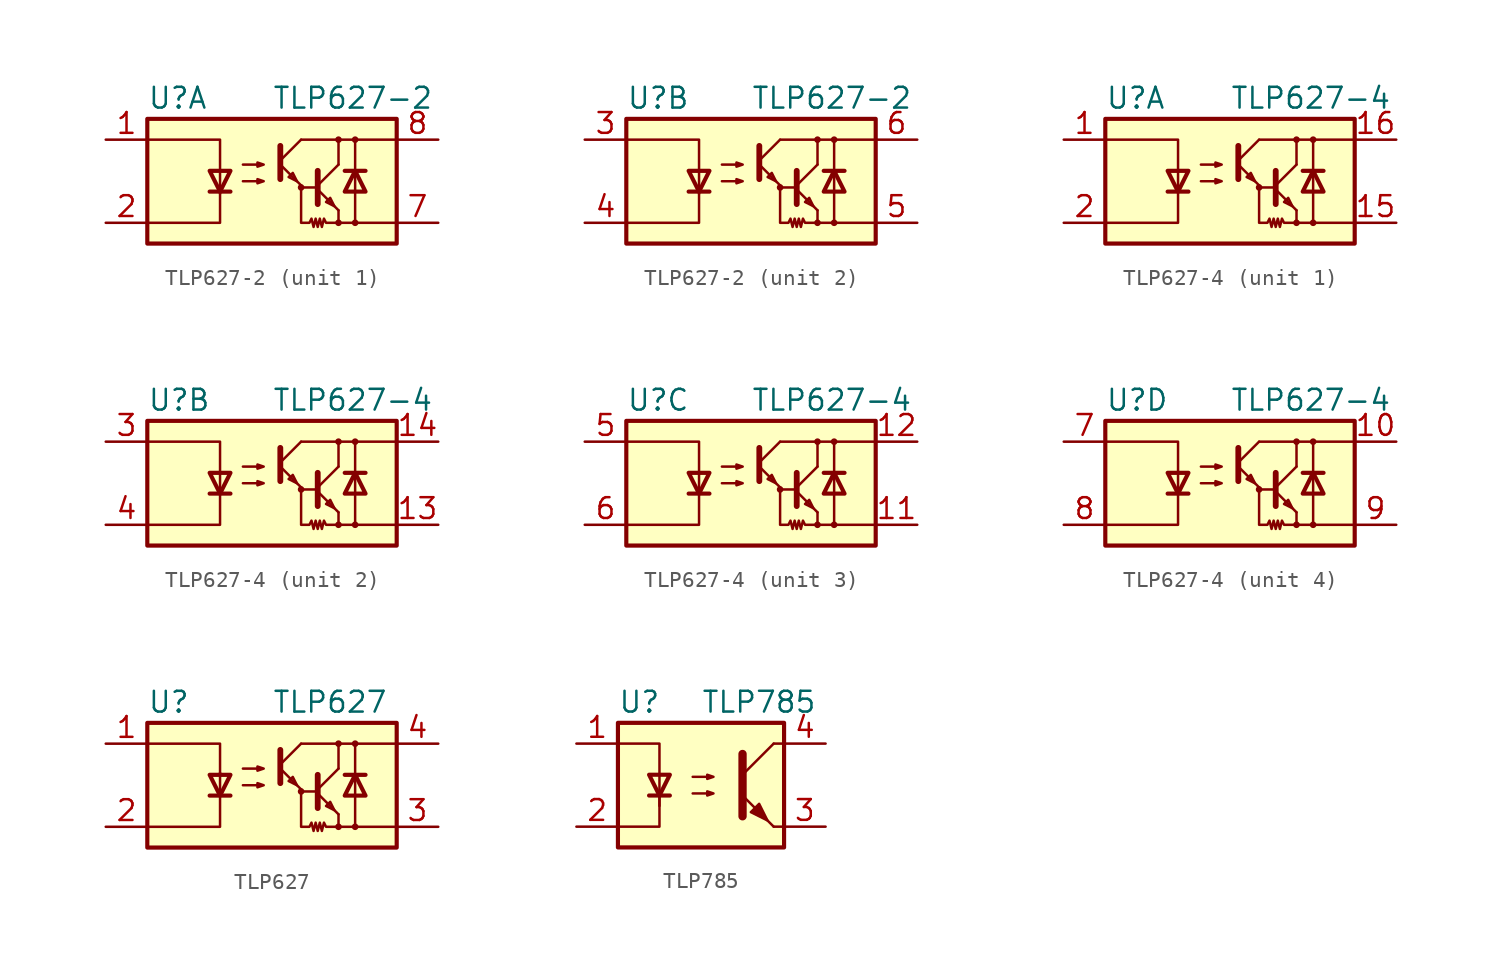
<source format=kicad_sym>
(kicad_symbol_lib
  (version 20201005)
  (generator kicad_symbol_editor)
  (symbol "TLP627-2"
    (pin_names
      (offset 1.016))
    (property "Reference" "U"
      (at -7.62 5.08 0)
      (effects (font (size 1.27 1.27)) (justify left)))
    (property "Value" "TLP627-2"
      (at 0 5.08 0)
      (effects (font (size 1.27 1.27)) (justify left)))
    (symbol "TLP627-2_0_1"
      (circle (center 1.778 -0.381) (radius 0.127) (stroke (width 0)) (fill (type none)))
      (circle (center 4.064 -2.54) (radius 0.127) (stroke (width 0)) (fill (type none)))
      (circle (center 4.064 2.54) (radius 0.127) (stroke (width 0)) (fill (type none)))
      (circle (center 5.08 -2.54) (radius 0.127) (stroke (width 0)) (fill (type none)))
      (circle (center 5.08 2.54) (radius 0.127) (stroke (width 0)) (fill (type none)))
      (rectangle (start -7.62 3.81) (end 7.62 -3.81) (stroke (width 0.254)) (fill (type background)))
      (polyline (pts (xy -3.81 -0.635) (xy -2.54 -0.635)) (stroke (width 0.254)) (fill (type none)))
      (polyline (pts (xy 0.508 1.016) (xy 1.778 -0.254)) (stroke (width 0)) (fill (type none)))
      (polyline (pts (xy 0.508 1.27) (xy 1.778 2.54)) (stroke (width 0)) (fill (type none)))
      (polyline (pts (xy 0.508 2.159) (xy 0.508 0.127)) (stroke (width 0.356)) (fill (type none)))
      (polyline (pts (xy 1.778 2.54) (xy 7.62 2.54)) (stroke (width 0)) (fill (type none)))
      (polyline (pts (xy 2.794 -0.508) (xy 4.064 -1.778)) (stroke (width 0)) (fill (type none)))
      (polyline (pts (xy 2.794 -0.381) (xy 1.778 -0.381)) (stroke (width 0)) (fill (type none)))
      (polyline (pts (xy 2.794 -0.254) (xy 4.064 1.016)) (stroke (width 0)) (fill (type none)))
      (polyline (pts (xy 4.064 -2.54) (xy 7.62 -2.54)) (stroke (width 0)) (fill (type none)))
      (polyline (pts (xy 4.064 -1.778) (xy 4.064 -2.54)) (stroke (width 0)) (fill (type none)))
      (polyline (pts (xy 4.064 1.016) (xy 4.064 2.54)) (stroke (width 0)) (fill (type none)))
      (polyline (pts (xy 4.445 0.635) (xy 5.715 0.635)) (stroke (width 0.254)) (fill (type none)))
      (polyline (pts (xy 5.08 0.635) (xy 5.08 -2.54)) (stroke (width 0)) (fill (type none)))
      (polyline (pts (xy 5.08 0.635) (xy 5.08 2.54)) (stroke (width 0)) (fill (type none)))
      (polyline (pts (xy -7.62 2.54) (xy -3.175 2.54) (xy -3.175 -0.762)) (stroke (width 0)) (fill (type none)))
      (polyline (pts (xy -3.175 -0.635) (xy -3.175 -2.54) (xy -7.62 -2.54)) (stroke (width 0)) (fill (type none)))
      (polyline (pts (xy 2.794 0.635) (xy 2.794 -1.397) (xy 2.794 -1.397)) (stroke (width 0.356)) (fill (type none)))
      (polyline (pts (xy -3.175 -0.635) (xy -3.81 0.635) (xy -2.54 0.635) (xy -3.175 -0.635)) (stroke (width 0.254)) (fill (type none)))
      (polyline (pts (xy 1.524 0) (xy 1.27 0.508) (xy 1.016 0.254) (xy 1.524 0)) (stroke (width 0)) (fill (type none)))
      (polyline (pts (xy 3.81 -1.524) (xy 3.556 -1.016) (xy 3.302 -1.27) (xy 3.81 -1.524)) (stroke (width 0)) (fill (type none)))
      (polyline (pts (xy 5.08 0.635) (xy 4.445 -0.635) (xy 5.715 -0.635) (xy 5.08 0.635)) (stroke (width 0.254)) (fill (type none)))
      (polyline (pts (xy -1.778 0) (xy -0.508 0) (xy -0.889 -0.127) (xy -0.889 0.127) (xy -0.508 0)) (stroke (width 0)) (fill (type none)))
      (polyline (pts (xy -1.778 1.016) (xy -0.508 1.016) (xy -0.889 0.889) (xy -0.889 1.143) (xy -0.508 1.016)) (stroke (width 0)) (fill (type none)))
      (polyline (pts (xy 1.778 -0.254) (xy 1.778 -2.54) (xy 2.286 -2.54) (xy 2.413 -2.286) (xy 2.54 -2.794) (xy 2.667 -2.286) (xy 2.794 -2.794) (xy 2.921 -2.286) (xy 3.048 -2.794) (xy 3.175 -2.286) (xy 3.302 -2.54) (xy 4.064 -2.54)) (stroke (width 0)) (fill (type none))))
    (symbol "TLP627-2_1_1"
      (pin passive line (at -10.16 2.54 0) (length 2.54) (name "~" (effects (font (size 1.27 1.27)))) (number "1" (effects (font (size 1.27 1.27)))))
      (pin passive line (at -10.16 -2.54 0) (length 2.54) (name "~" (effects (font (size 1.27 1.27)))) (number "2" (effects (font (size 1.27 1.27)))))
      (pin passive line (at 10.16 -2.54 180) (length 2.54) (name "~" (effects (font (size 1.27 1.27)))) (number "7" (effects (font (size 1.27 1.27)))))
      (pin passive line (at 10.16 2.54 180) (length 2.54) (name "~" (effects (font (size 1.27 1.27)))) (number "8" (effects (font (size 1.27 1.27))))))
    (symbol "TLP627-2_2_1"
      (pin passive line (at -10.16 2.54 0) (length 2.54) (name "~" (effects (font (size 1.27 1.27)))) (number "3" (effects (font (size 1.27 1.27)))))
      (pin passive line (at -10.16 -2.54 0) (length 2.54) (name "~" (effects (font (size 1.27 1.27)))) (number "4" (effects (font (size 1.27 1.27)))))
      (pin passive line (at 10.16 -2.54 180) (length 2.54) (name "~" (effects (font (size 1.27 1.27)))) (number "5" (effects (font (size 1.27 1.27)))))
      (pin passive line (at 10.16 2.54 180) (length 2.54) (name "~" (effects (font (size 1.27 1.27)))) (number "6" (effects (font (size 1.27 1.27)))))))
  (symbol "TLP627-4"
    (pin_names
      (offset 1.016))
    (property "Reference" "U"
      (at -7.62 5.08 0)
      (effects (font (size 1.27 1.27)) (justify left)))
    (property "Value" "TLP627-4"
      (at 0 5.08 0)
      (effects (font (size 1.27 1.27)) (justify left)))
    (symbol "TLP627-4_0_1"
      (circle (center 1.778 -0.381) (radius 0.127) (stroke (width 0)) (fill (type none)))
      (circle (center 4.064 -2.54) (radius 0.127) (stroke (width 0)) (fill (type none)))
      (circle (center 4.064 2.54) (radius 0.127) (stroke (width 0)) (fill (type none)))
      (circle (center 5.08 -2.54) (radius 0.127) (stroke (width 0)) (fill (type none)))
      (circle (center 5.08 2.54) (radius 0.127) (stroke (width 0)) (fill (type none)))
      (rectangle (start -7.62 3.81) (end 7.62 -3.81) (stroke (width 0.254)) (fill (type background)))
      (polyline (pts (xy -3.81 -0.635) (xy -2.54 -0.635)) (stroke (width 0.254)) (fill (type none)))
      (polyline (pts (xy 0.508 1.016) (xy 1.778 -0.254)) (stroke (width 0)) (fill (type none)))
      (polyline (pts (xy 0.508 1.27) (xy 1.778 2.54)) (stroke (width 0)) (fill (type none)))
      (polyline (pts (xy 0.508 2.159) (xy 0.508 0.127)) (stroke (width 0.356)) (fill (type none)))
      (polyline (pts (xy 1.778 2.54) (xy 7.62 2.54)) (stroke (width 0)) (fill (type none)))
      (polyline (pts (xy 2.794 -0.508) (xy 4.064 -1.778)) (stroke (width 0)) (fill (type none)))
      (polyline (pts (xy 2.794 -0.381) (xy 1.778 -0.381)) (stroke (width 0)) (fill (type none)))
      (polyline (pts (xy 2.794 -0.254) (xy 4.064 1.016)) (stroke (width 0)) (fill (type none)))
      (polyline (pts (xy 4.064 -2.54) (xy 7.62 -2.54)) (stroke (width 0)) (fill (type none)))
      (polyline (pts (xy 4.064 -1.778) (xy 4.064 -2.54)) (stroke (width 0)) (fill (type none)))
      (polyline (pts (xy 4.064 1.016) (xy 4.064 2.54)) (stroke (width 0)) (fill (type none)))
      (polyline (pts (xy 4.445 0.635) (xy 5.715 0.635)) (stroke (width 0.254)) (fill (type none)))
      (polyline (pts (xy 5.08 0.635) (xy 5.08 -2.54)) (stroke (width 0)) (fill (type none)))
      (polyline (pts (xy 5.08 0.635) (xy 5.08 2.54)) (stroke (width 0)) (fill (type none)))
      (polyline (pts (xy -7.62 2.54) (xy -3.175 2.54) (xy -3.175 -0.635)) (stroke (width 0)) (fill (type none)))
      (polyline (pts (xy -3.175 -0.635) (xy -3.175 -2.54) (xy -7.62 -2.54)) (stroke (width 0)) (fill (type none)))
      (polyline (pts (xy 2.794 0.635) (xy 2.794 -1.397) (xy 2.794 -1.397)) (stroke (width 0.356)) (fill (type none)))
      (polyline (pts (xy -3.175 -0.635) (xy -3.81 0.635) (xy -2.54 0.635) (xy -3.175 -0.635)) (stroke (width 0.254)) (fill (type none)))
      (polyline (pts (xy 1.524 0) (xy 1.27 0.508) (xy 1.016 0.254) (xy 1.524 0)) (stroke (width 0)) (fill (type none)))
      (polyline (pts (xy 3.81 -1.524) (xy 3.556 -1.016) (xy 3.302 -1.27) (xy 3.81 -1.524)) (stroke (width 0)) (fill (type none)))
      (polyline (pts (xy 5.08 0.635) (xy 4.445 -0.635) (xy 5.715 -0.635) (xy 5.08 0.635)) (stroke (width 0.254)) (fill (type none)))
      (polyline (pts (xy -1.778 0) (xy -0.508 0) (xy -0.889 -0.127) (xy -0.889 0.127) (xy -0.508 0)) (stroke (width 0)) (fill (type none)))
      (polyline (pts (xy -1.778 1.016) (xy -0.508 1.016) (xy -0.889 0.889) (xy -0.889 1.143) (xy -0.508 1.016)) (stroke (width 0)) (fill (type none)))
      (polyline (pts (xy 1.778 -0.254) (xy 1.778 -2.54) (xy 2.286 -2.54) (xy 2.413 -2.286) (xy 2.54 -2.794) (xy 2.667 -2.286) (xy 2.794 -2.794) (xy 2.921 -2.286) (xy 3.048 -2.794) (xy 3.175 -2.286) (xy 3.302 -2.54) (xy 4.064 -2.54)) (stroke (width 0)) (fill (type none))))
    (symbol "TLP627-4_1_1"
      (pin passive line (at -10.16 2.54 0) (length 2.54) (name "~" (effects (font (size 1.27 1.27)))) (number "1" (effects (font (size 1.27 1.27)))))
      (pin passive line (at 10.16 -2.54 180) (length 2.54) (name "~" (effects (font (size 1.27 1.27)))) (number "15" (effects (font (size 1.27 1.27)))))
      (pin passive line (at 10.16 2.54 180) (length 2.54) (name "~" (effects (font (size 1.27 1.27)))) (number "16" (effects (font (size 1.27 1.27)))))
      (pin passive line (at -10.16 -2.54 0) (length 2.54) (name "~" (effects (font (size 1.27 1.27)))) (number "2" (effects (font (size 1.27 1.27))))))
    (symbol "TLP627-4_2_1"
      (pin passive line (at 10.16 -2.54 180) (length 2.54) (name "~" (effects (font (size 1.27 1.27)))) (number "13" (effects (font (size 1.27 1.27)))))
      (pin passive line (at 10.16 2.54 180) (length 2.54) (name "~" (effects (font (size 1.27 1.27)))) (number "14" (effects (font (size 1.27 1.27)))))
      (pin passive line (at -10.16 2.54 0) (length 2.54) (name "~" (effects (font (size 1.27 1.27)))) (number "3" (effects (font (size 1.27 1.27)))))
      (pin passive line (at -10.16 -2.54 0) (length 2.54) (name "~" (effects (font (size 1.27 1.27)))) (number "4" (effects (font (size 1.27 1.27))))))
    (symbol "TLP627-4_3_1"
      (pin passive line (at 10.16 -2.54 180) (length 2.54) (name "~" (effects (font (size 1.27 1.27)))) (number "11" (effects (font (size 1.27 1.27)))))
      (pin passive line (at 10.16 2.54 180) (length 2.54) (name "~" (effects (font (size 1.27 1.27)))) (number "12" (effects (font (size 1.27 1.27)))))
      (pin passive line (at -10.16 2.54 0) (length 2.54) (name "~" (effects (font (size 1.27 1.27)))) (number "5" (effects (font (size 1.27 1.27)))))
      (pin passive line (at -10.16 -2.54 0) (length 2.54) (name "~" (effects (font (size 1.27 1.27)))) (number "6" (effects (font (size 1.27 1.27))))))
    (symbol "TLP627-4_4_1"
      (pin passive line (at 10.16 2.54 180) (length 2.54) (name "~" (effects (font (size 1.27 1.27)))) (number "10" (effects (font (size 1.27 1.27)))))
      (pin passive line (at -10.16 2.54 0) (length 2.54) (name "~" (effects (font (size 1.27 1.27)))) (number "7" (effects (font (size 1.27 1.27)))))
      (pin passive line (at -10.16 -2.54 0) (length 2.54) (name "~" (effects (font (size 1.27 1.27)))) (number "8" (effects (font (size 1.27 1.27)))))
      (pin passive line (at 10.16 -2.54 180) (length 2.54) (name "~" (effects (font (size 1.27 1.27)))) (number "9" (effects (font (size 1.27 1.27)))))))
  (symbol "TLP627"
    (pin_names
      (offset 1.016))
    (property "Reference" "U"
      (at -7.62 5.08 0)
      (effects (font (size 1.27 1.27)) (justify left)))
    (property "Value" "TLP627"
      (at 0 5.08 0)
      (effects (font (size 1.27 1.27)) (justify left)))
    (symbol "TLP627_0_1"
      (circle (center 1.778 -0.381) (radius 0.127) (stroke (width 0)) (fill (type none)))
      (circle (center 4.064 -2.54) (radius 0.127) (stroke (width 0)) (fill (type none)))
      (circle (center 4.064 2.54) (radius 0.127) (stroke (width 0)) (fill (type none)))
      (circle (center 5.08 -2.54) (radius 0.127) (stroke (width 0)) (fill (type none)))
      (circle (center 5.08 2.54) (radius 0.127) (stroke (width 0)) (fill (type none)))
      (rectangle (start -7.62 3.81) (end 7.62 -3.81) (stroke (width 0.254)) (fill (type background)))
      (polyline (pts (xy -3.81 -0.635) (xy -2.54 -0.635)) (stroke (width 0.254)) (fill (type none)))
      (polyline (pts (xy 0.508 1.016) (xy 1.778 -0.254)) (stroke (width 0)) (fill (type none)))
      (polyline (pts (xy 0.508 1.27) (xy 1.778 2.54)) (stroke (width 0)) (fill (type none)))
      (polyline (pts (xy 0.508 2.159) (xy 0.508 0.127)) (stroke (width 0.356)) (fill (type none)))
      (polyline (pts (xy 1.778 2.54) (xy 7.62 2.54)) (stroke (width 0)) (fill (type none)))
      (polyline (pts (xy 2.794 -0.508) (xy 4.064 -1.778)) (stroke (width 0)) (fill (type none)))
      (polyline (pts (xy 2.794 -0.381) (xy 1.778 -0.381)) (stroke (width 0)) (fill (type none)))
      (polyline (pts (xy 2.794 -0.254) (xy 4.064 1.016)) (stroke (width 0)) (fill (type none)))
      (polyline (pts (xy 4.064 -2.54) (xy 7.62 -2.54)) (stroke (width 0)) (fill (type none)))
      (polyline (pts (xy 4.064 -1.778) (xy 4.064 -2.54)) (stroke (width 0)) (fill (type none)))
      (polyline (pts (xy 4.064 1.016) (xy 4.064 2.54)) (stroke (width 0)) (fill (type none)))
      (polyline (pts (xy 4.445 0.635) (xy 5.715 0.635)) (stroke (width 0.254)) (fill (type none)))
      (polyline (pts (xy 5.08 -0.635) (xy 5.08 -2.54)) (stroke (width 0)) (fill (type none)))
      (polyline (pts (xy 5.08 -0.635) (xy 5.08 2.54)) (stroke (width 0)) (fill (type none)))
      (polyline (pts (xy -7.62 2.54) (xy -3.175 2.54) (xy -3.175 0.635)) (stroke (width 0)) (fill (type none)))
      (polyline (pts (xy -3.175 0.762) (xy -3.175 -2.54) (xy -7.62 -2.54)) (stroke (width 0)) (fill (type none)))
      (polyline (pts (xy 2.794 0.635) (xy 2.794 -1.397) (xy 2.794 -1.397)) (stroke (width 0.356)) (fill (type none)))
      (polyline (pts (xy -3.175 -0.635) (xy -3.81 0.635) (xy -2.54 0.635) (xy -3.175 -0.635)) (stroke (width 0.254)) (fill (type none)))
      (polyline (pts (xy 1.524 0) (xy 1.27 0.508) (xy 1.016 0.254) (xy 1.524 0)) (stroke (width 0)) (fill (type none)))
      (polyline (pts (xy 3.81 -1.524) (xy 3.556 -1.016) (xy 3.302 -1.27) (xy 3.81 -1.524)) (stroke (width 0)) (fill (type none)))
      (polyline (pts (xy 5.08 0.635) (xy 4.445 -0.635) (xy 5.715 -0.635) (xy 5.08 0.635)) (stroke (width 0.254)) (fill (type none)))
      (polyline (pts (xy -1.778 0) (xy -0.508 0) (xy -0.889 -0.127) (xy -0.889 0.127) (xy -0.508 0)) (stroke (width 0)) (fill (type none)))
      (polyline (pts (xy -1.778 1.016) (xy -0.508 1.016) (xy -0.889 0.889) (xy -0.889 1.143) (xy -0.508 1.016)) (stroke (width 0)) (fill (type none)))
      (polyline (pts (xy 1.778 -0.254) (xy 1.778 -2.54) (xy 2.286 -2.54) (xy 2.413 -2.286) (xy 2.54 -2.794) (xy 2.667 -2.286) (xy 2.794 -2.794) (xy 2.921 -2.286) (xy 3.048 -2.794) (xy 3.175 -2.286) (xy 3.302 -2.54) (xy 4.064 -2.54)) (stroke (width 0)) (fill (type none))))
    (symbol "TLP627_1_1"
      (pin passive line (at -10.16 2.54 0) (length 2.54) (name "~" (effects (font (size 1.27 1.27)))) (number "1" (effects (font (size 1.27 1.27)))))
      (pin passive line (at -10.16 -2.54 0) (length 2.54) (name "~" (effects (font (size 1.27 1.27)))) (number "2" (effects (font (size 1.27 1.27)))))
      (pin passive line (at 10.16 -2.54 180) (length 2.54) (name "~" (effects (font (size 1.27 1.27)))) (number "3" (effects (font (size 1.27 1.27)))))
      (pin passive line (at 10.16 2.54 180) (length 2.54) (name "~" (effects (font (size 1.27 1.27)))) (number "4" (effects (font (size 1.27 1.27)))))))
  (symbol "TLP785"
    (pin_names
      (offset 1.016))
    (property "Reference" "U"
      (at -5.08 5.08 0)
      (effects (font (size 1.27 1.27)) (justify left)))
    (property "Value" "TLP785"
      (at 0 5.08 0)
      (effects (font (size 1.27 1.27)) (justify left)))
    (symbol "TLP785_0_1"
      (rectangle (start -5.08 3.81) (end 5.08 -3.81) (stroke (width 0.254)) (fill (type background)))
      (polyline (pts (xy -3.175 -0.635) (xy -1.905 -0.635)) (stroke (width 0.254)) (fill (type none)))
      (polyline (pts (xy 2.54 0.635) (xy 4.445 2.54)) (stroke (width 0)) (fill (type none)))
      (polyline (pts (xy 4.445 -2.54) (xy 2.54 -0.635)) (stroke (width 0)) (fill (type outline)))
      (polyline (pts (xy 4.445 -2.54) (xy 5.08 -2.54)) (stroke (width 0)) (fill (type none)))
      (polyline (pts (xy 4.445 2.54) (xy 5.08 2.54)) (stroke (width 0)) (fill (type none)))
      (polyline (pts (xy -2.54 -0.635) (xy -2.54 -2.54) (xy -5.08 -2.54)) (stroke (width 0)) (fill (type none)))
      (polyline (pts (xy 2.54 1.905) (xy 2.54 -1.905) (xy 2.54 -1.905)) (stroke (width 0.508)) (fill (type none)))
      (polyline (pts (xy -5.08 2.54) (xy -2.54 2.54) (xy -2.54 -1.27) (xy -2.54 0.635)) (stroke (width 0)) (fill (type none)))
      (polyline (pts (xy -2.54 -0.635) (xy -3.175 0.635) (xy -1.905 0.635) (xy -2.54 -0.635)) (stroke (width 0.254)) (fill (type none)))
      (polyline (pts (xy -0.508 -0.508) (xy 0.762 -0.508) (xy 0.381 -0.635) (xy 0.381 -0.381) (xy 0.762 -0.508)) (stroke (width 0)) (fill (type none)))
      (polyline (pts (xy -0.508 0.508) (xy 0.762 0.508) (xy 0.381 0.381) (xy 0.381 0.635) (xy 0.762 0.508)) (stroke (width 0)) (fill (type none)))
      (polyline (pts (xy 3.048 -1.651) (xy 3.556 -1.143) (xy 4.064 -2.159) (xy 3.048 -1.651) (xy 3.048 -1.651)) (stroke (width 0)) (fill (type outline))))
    (symbol "TLP785_1_1"
      (pin passive line (at -7.62 2.54 0) (length 2.54) (name "~" (effects (font (size 1.27 1.27)))) (number "1" (effects (font (size 1.27 1.27)))))
      (pin passive line (at -7.62 -2.54 0) (length 2.54) (name "~" (effects (font (size 1.27 1.27)))) (number "2" (effects (font (size 1.27 1.27)))))
      (pin passive line (at 7.62 -2.54 180) (length 2.54) (name "~" (effects (font (size 1.27 1.27)))) (number "3" (effects (font (size 1.27 1.27)))))
      (pin passive line (at 7.62 2.54 180) (length 2.54) (name "~" (effects (font (size 1.27 1.27)))) (number "4" (effects (font (size 1.27 1.27))))))))
</source>
